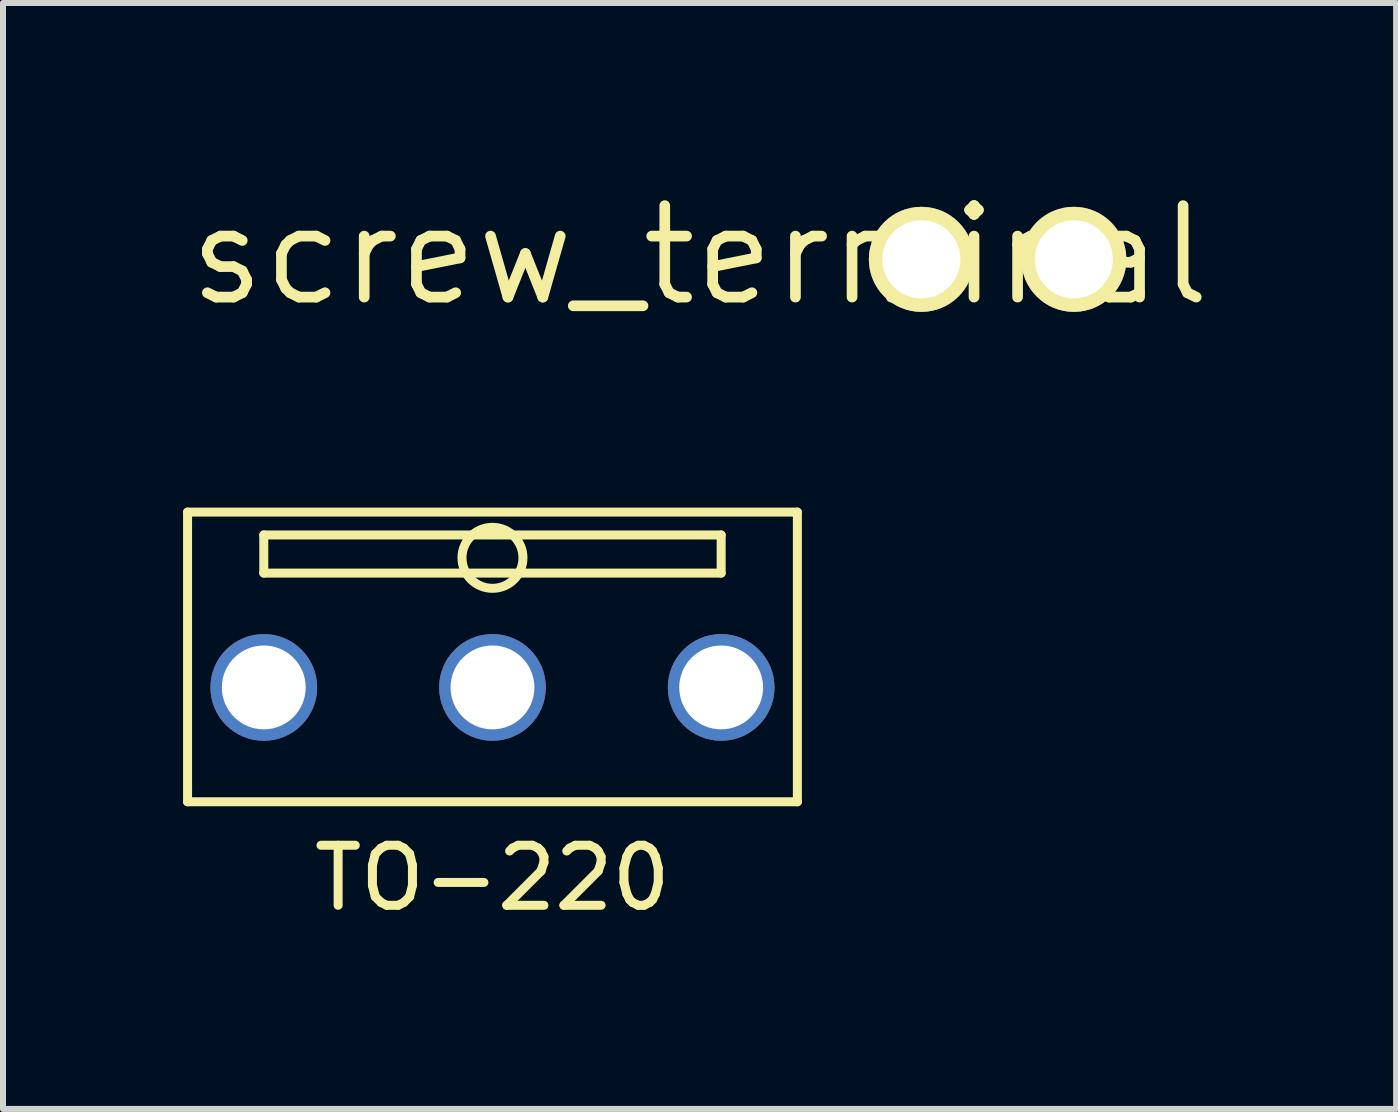
<source format=kicad_pcb>
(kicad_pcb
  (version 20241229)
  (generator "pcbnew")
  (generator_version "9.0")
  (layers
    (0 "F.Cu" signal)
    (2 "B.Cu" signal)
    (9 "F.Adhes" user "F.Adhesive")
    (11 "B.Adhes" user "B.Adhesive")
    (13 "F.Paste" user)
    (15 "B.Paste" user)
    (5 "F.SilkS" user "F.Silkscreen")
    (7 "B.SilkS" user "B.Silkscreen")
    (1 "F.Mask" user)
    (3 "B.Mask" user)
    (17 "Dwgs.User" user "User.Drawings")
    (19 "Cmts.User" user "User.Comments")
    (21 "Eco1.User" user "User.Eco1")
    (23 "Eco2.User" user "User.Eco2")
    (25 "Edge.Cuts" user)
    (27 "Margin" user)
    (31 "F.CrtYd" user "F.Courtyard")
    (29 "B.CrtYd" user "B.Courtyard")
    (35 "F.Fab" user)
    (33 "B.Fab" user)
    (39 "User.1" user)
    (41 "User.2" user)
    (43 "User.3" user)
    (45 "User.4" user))
  (footprint "TO-220"
    (layer "F.Cu")
    (at 5.155 8.403)
    (property "Reference" "TO-220" (at 0 3.175 0) (layer "F.SilkS") (effects (font (size 1 1) (thickness 0.15))))
    (attr through_hole)
    (fp_line (start -5.08 -2.921) (end 5.08 -2.921) (stroke (width 0.15) (type solid)) (layer "F.SilkS"))
    (fp_line (start -5.08 1.905) (end -5.08 -2.921) (stroke (width 0.15) (type solid)) (layer "F.SilkS"))
    (fp_line (start -5.08 1.905) (end 5.08 1.905) (stroke (width 0.15) (type solid)) (layer "F.SilkS"))
    (fp_line (start -3.81 -2.54) (end -3.81 -1.905) (stroke (width 0.15) (type solid)) (layer "F.SilkS"))
    (fp_line (start -3.81 -1.905) (end 3.81 -1.905) (stroke (width 0.15) (type solid)) (layer "F.SilkS"))
    (fp_line (start 3.81 -2.54) (end -3.81 -2.54) (stroke (width 0.15) (type solid)) (layer "F.SilkS"))
    (fp_line (start 3.81 -1.905) (end 3.81 -2.54) (stroke (width 0.15) (type solid)) (layer "F.SilkS"))
    (fp_line (start 5.08 1.905) (end 5.08 -2.921) (stroke (width 0.15) (type solid)) (layer "F.SilkS"))
    (fp_circle (center 0 -2.159) (end 0 -2.667) (stroke (width 0.15) (type solid)) (fill no) (layer "F.SilkS"))
    (pad "1" thru_hole circle (at -3.81 0) (size 1.778 1.778) (drill 1.397) (layers "*.Cu" "*.Mask"))
    (pad "2" thru_hole circle (at 0 0) (size 1.778 1.778) (drill 1.397) (layers "*.Cu" "*.Mask"))
    (pad "3" thru_hole circle (at 3.81 0) (size 1.778 1.778) (drill 1.397) (layers "*.Cu" "*.Mask")))
  (footprint "screw_terminal"
    (layer "F.Cu")
    (at 13.571 1.271)
    (property "Reference" "screw_terminal" (at -4.965 -0.067 0) (layer "F.SilkS") (effects (font (size 1.524 1.524) (thickness 0.178))))
    (attr through_hole)
    (pad "1" thru_hole circle (at -1.27 0) (size 1.75 1.75) (drill 1.3) (layers "*.Cu" "*.Mask" "F.SilkS"))
    (pad "2" thru_hole circle (at 1.27 0) (size 1.75 1.75) (drill 1.3) (layers "*.Cu" "*.Mask" "F.SilkS")))
  (gr_rect
    (start -3 -3)
    (end 20.21 15.426)
    (stroke (width 0.1) (type default))
    (fill no)
    (layer "Edge.Cuts")))
</source>
